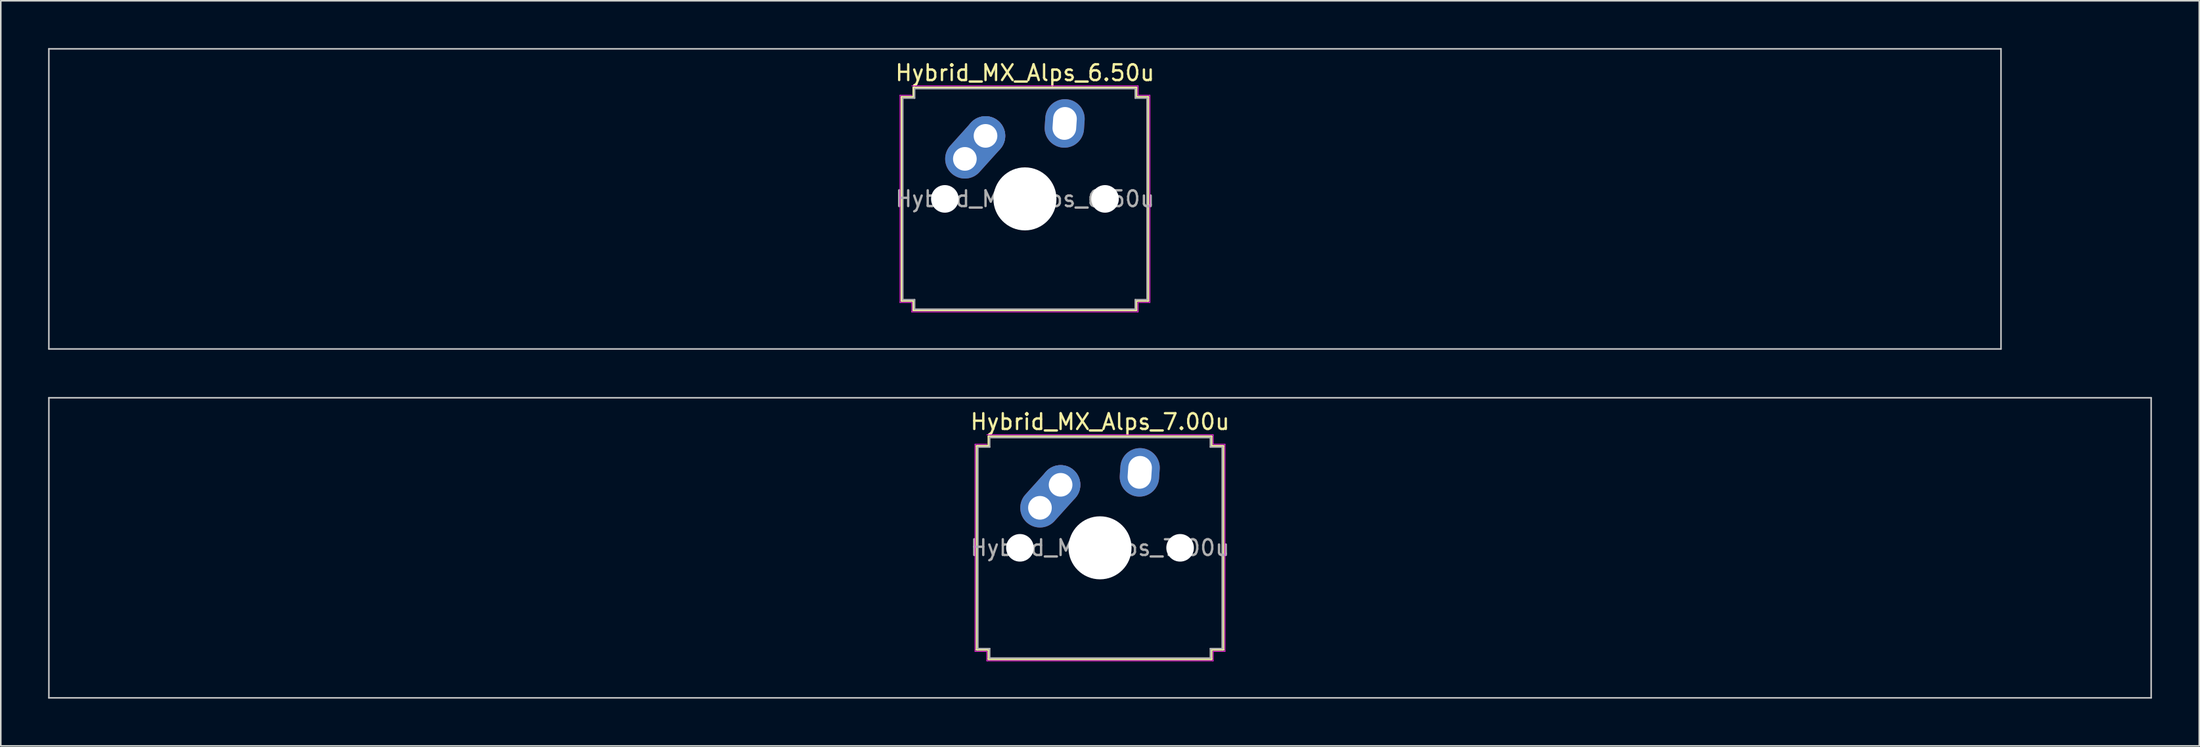
<source format=kicad_pcb>
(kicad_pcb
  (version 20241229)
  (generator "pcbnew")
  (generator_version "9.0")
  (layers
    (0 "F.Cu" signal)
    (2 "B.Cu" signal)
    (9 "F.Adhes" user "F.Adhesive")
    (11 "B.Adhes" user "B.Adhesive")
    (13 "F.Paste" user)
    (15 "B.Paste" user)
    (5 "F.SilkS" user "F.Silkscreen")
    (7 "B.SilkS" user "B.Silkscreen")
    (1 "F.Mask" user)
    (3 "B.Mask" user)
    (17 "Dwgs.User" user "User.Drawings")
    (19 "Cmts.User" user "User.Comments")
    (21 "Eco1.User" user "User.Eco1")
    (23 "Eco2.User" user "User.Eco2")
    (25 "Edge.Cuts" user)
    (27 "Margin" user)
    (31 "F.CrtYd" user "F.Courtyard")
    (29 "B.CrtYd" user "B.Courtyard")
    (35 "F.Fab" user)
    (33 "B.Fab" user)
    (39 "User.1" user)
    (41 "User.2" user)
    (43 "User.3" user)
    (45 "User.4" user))
  (footprint "Hybrid_MX_Alps_7.00u"
    (layer "F.Cu")
    (at 66.725 31.725)
    (property "Reference" "Hybrid_MX_Alps_7.00u" (at 0 -8 0) (layer "F.SilkS") (effects (font (size 1 1) (thickness 0.15))))
    (attr through_hole)
    (fp_line (start -7.821 -6.471) (end -7.071 -6.471) (stroke (width 0.12) (type solid)) (layer "F.SilkS"))
    (fp_line (start -7.821 6.471) (end -7.821 -6.471) (stroke (width 0.12) (type solid)) (layer "F.SilkS"))
    (fp_line (start -7.071 -7.071) (end 7.071 -7.071) (stroke (width 0.12) (type solid)) (layer "F.SilkS"))
    (fp_line (start -7.071 -6.471) (end -7.071 -7.071) (stroke (width 0.12) (type solid)) (layer "F.SilkS"))
    (fp_line (start -7.071 6.471) (end -7.821 6.471) (stroke (width 0.12) (type solid)) (layer "F.SilkS"))
    (fp_line (start -7.071 7.071) (end -7.071 6.471) (stroke (width 0.12) (type solid)) (layer "F.SilkS"))
    (fp_line (start 7.071 -7.071) (end 7.071 -6.471) (stroke (width 0.12) (type solid)) (layer "F.SilkS"))
    (fp_line (start 7.071 -6.471) (end 7.821 -6.471) (stroke (width 0.12) (type solid)) (layer "F.SilkS"))
    (fp_line (start 7.071 6.471) (end 7.071 7.071) (stroke (width 0.12) (type solid)) (layer "F.SilkS"))
    (fp_line (start 7.071 7.071) (end -7.071 7.071) (stroke (width 0.12) (type solid)) (layer "F.SilkS"))
    (fp_line (start 7.821 -6.471) (end 7.821 6.471) (stroke (width 0.12) (type solid)) (layer "F.SilkS"))
    (fp_line (start 7.821 6.471) (end 7.071 6.471) (stroke (width 0.12) (type solid)) (layer "F.SilkS"))
    (fp_line (start -66.675 -9.525) (end -66.675 9.525) (stroke (width 0.1) (type solid)) (layer "Dwgs.User"))
    (fp_line (start -66.675 9.525) (end 66.675 9.525) (stroke (width 0.1) (type solid)) (layer "Dwgs.User"))
    (fp_line (start 66.675 -9.525) (end -66.675 -9.525) (stroke (width 0.1) (type solid)) (layer "Dwgs.User"))
    (fp_line (start 66.675 9.525) (end 66.675 -9.525) (stroke (width 0.1) (type solid)) (layer "Dwgs.User"))
    (fp_line (start -7.927 -6.577) (end -7.177 -6.577) (stroke (width 0.05) (type solid)) (layer "F.CrtYd"))
    (fp_line (start -7.927 6.577) (end -7.927 -6.577) (stroke (width 0.05) (type solid)) (layer "F.CrtYd"))
    (fp_line (start -7.177 -7.177) (end 7.177 -7.177) (stroke (width 0.05) (type solid)) (layer "F.CrtYd"))
    (fp_line (start -7.177 6.577) (end -7.927 6.577) (stroke (width 0.05) (type solid)) (layer "F.CrtYd"))
    (fp_line (start -7.177 7.177) (end -7.177 6.577) (stroke (width 0.05) (type solid)) (layer "F.CrtYd"))
    (fp_line (start 7.177 -7.177) (end 7.177 -6.577) (stroke (width 0.05) (type solid)) (layer "F.CrtYd"))
    (fp_line (start 7.177 -6.577) (end 7.927 -6.577) (stroke (width 0.05) (type solid)) (layer "F.CrtYd"))
    (fp_line (start 7.177 6.577) (end 7.177 7.177) (stroke (width 0.05) (type solid)) (layer "F.CrtYd"))
    (fp_line (start 7.177 7.177) (end -7.177 7.177) (stroke (width 0.05) (type solid)) (layer "F.CrtYd"))
    (fp_line (start 7.927 -6.577) (end 7.927 6.577) (stroke (width 0.05) (type solid)) (layer "F.CrtYd"))
    (fp_line (start 7.927 6.577) (end 7.177 6.577) (stroke (width 0.05) (type solid)) (layer "F.CrtYd"))
    (fp_line (start -7.75 -6.4) (end -7 -6.4) (stroke (width 0.1) (type solid)) (layer "F.Fab"))
    (fp_line (start -7.75 6.4) (end -7.75 -6.4) (stroke (width 0.1) (type solid)) (layer "F.Fab"))
    (fp_line (start -7 -7) (end 7 -7) (stroke (width 0.1) (type solid)) (layer "F.Fab"))
    (fp_line (start -7 -6.4) (end -7 -7) (stroke (width 0.1) (type solid)) (layer "F.Fab"))
    (fp_line (start -7 6.4) (end -7.75 6.4) (stroke (width 0.1) (type solid)) (layer "F.Fab"))
    (fp_line (start -7 7) (end -7 6.4) (stroke (width 0.1) (type solid)) (layer "F.Fab"))
    (fp_line (start 7 -7) (end 7 -6.4) (stroke (width 0.1) (type solid)) (layer "F.Fab"))
    (fp_line (start 7 -6.4) (end 7.75 -6.4) (stroke (width 0.1) (type solid)) (layer "F.Fab"))
    (fp_line (start 7 6.4) (end 7 7) (stroke (width 0.1) (type solid)) (layer "F.Fab"))
    (fp_line (start 7 7) (end -7 7) (stroke (width 0.1) (type solid)) (layer "F.Fab"))
    (fp_line (start 7.75 -6.4) (end 7.75 6.4) (stroke (width 0.1) (type solid)) (layer "F.Fab"))
    (fp_line (start 7.75 6.4) (end 7 6.4) (stroke (width 0.1) (type solid)) (layer "F.Fab"))
    (fp_text user "${REFERENCE}" (at 0 0 0) (layer "F.Fab") (effects (font (size 1 1) (thickness 0.15))))
    (pad "" np_thru_hole circle (at -5.08 0) (size 1.75 1.75) (drill 1.75) (layers "*.Cu" "*.Mask"))
    (pad "" np_thru_hole circle (at 0 0) (size 4 4) (drill 4) (layers "*.Cu" "*.Mask"))
    (pad "" np_thru_hole circle (at 5.08 0) (size 1.75 1.75) (drill 1.75) (layers "*.Cu" "*.Mask"))
    (pad "1" thru_hole oval (at -3.81 -2.54 48) (size 4.462 2.5) (drill 1.5 (offset 0.981 0)) (layers "*.Cu" "*.Mask"))
    (pad "1" thru_hole circle (at -2.5 -4) (size 2.5 2.5) (drill 1.5) (layers "*.Cu" "*.Mask"))
    (pad "2" thru_hole oval (at 2.52 -4.79 86) (size 3.081 2.5) (drill oval 2.081 1.5) (layers "*.Cu" "*.Mask")))
  (footprint "Hybrid_MX_Alps_6.50u"
    (layer "F.Cu")
    (at 61.962 9.575)
    (property "Reference" "Hybrid_MX_Alps_6.50u" (at 0 -8 0) (layer "F.SilkS") (effects (font (size 1 1) (thickness 0.15))))
    (attr through_hole)
    (fp_line (start -7.821 -6.471) (end -7.071 -6.471) (stroke (width 0.12) (type solid)) (layer "F.SilkS"))
    (fp_line (start -7.821 6.471) (end -7.821 -6.471) (stroke (width 0.12) (type solid)) (layer "F.SilkS"))
    (fp_line (start -7.071 -7.071) (end 7.071 -7.071) (stroke (width 0.12) (type solid)) (layer "F.SilkS"))
    (fp_line (start -7.071 -6.471) (end -7.071 -7.071) (stroke (width 0.12) (type solid)) (layer "F.SilkS"))
    (fp_line (start -7.071 6.471) (end -7.821 6.471) (stroke (width 0.12) (type solid)) (layer "F.SilkS"))
    (fp_line (start -7.071 7.071) (end -7.071 6.471) (stroke (width 0.12) (type solid)) (layer "F.SilkS"))
    (fp_line (start 7.071 -7.071) (end 7.071 -6.471) (stroke (width 0.12) (type solid)) (layer "F.SilkS"))
    (fp_line (start 7.071 -6.471) (end 7.821 -6.471) (stroke (width 0.12) (type solid)) (layer "F.SilkS"))
    (fp_line (start 7.071 6.471) (end 7.071 7.071) (stroke (width 0.12) (type solid)) (layer "F.SilkS"))
    (fp_line (start 7.071 7.071) (end -7.071 7.071) (stroke (width 0.12) (type solid)) (layer "F.SilkS"))
    (fp_line (start 7.821 -6.471) (end 7.821 6.471) (stroke (width 0.12) (type solid)) (layer "F.SilkS"))
    (fp_line (start 7.821 6.471) (end 7.071 6.471) (stroke (width 0.12) (type solid)) (layer "F.SilkS"))
    (fp_line (start -61.913 -9.525) (end -61.913 9.525) (stroke (width 0.1) (type solid)) (layer "Dwgs.User"))
    (fp_line (start -61.913 9.525) (end 61.913 9.525) (stroke (width 0.1) (type solid)) (layer "Dwgs.User"))
    (fp_line (start 61.913 -9.525) (end -61.913 -9.525) (stroke (width 0.1) (type solid)) (layer "Dwgs.User"))
    (fp_line (start 61.913 9.525) (end 61.913 -9.525) (stroke (width 0.1) (type solid)) (layer "Dwgs.User"))
    (fp_line (start -7.927 -6.577) (end -7.177 -6.577) (stroke (width 0.05) (type solid)) (layer "F.CrtYd"))
    (fp_line (start -7.927 6.577) (end -7.927 -6.577) (stroke (width 0.05) (type solid)) (layer "F.CrtYd"))
    (fp_line (start -7.177 -7.177) (end 7.177 -7.177) (stroke (width 0.05) (type solid)) (layer "F.CrtYd"))
    (fp_line (start -7.177 6.577) (end -7.927 6.577) (stroke (width 0.05) (type solid)) (layer "F.CrtYd"))
    (fp_line (start -7.177 7.177) (end -7.177 6.577) (stroke (width 0.05) (type solid)) (layer "F.CrtYd"))
    (fp_line (start 7.177 -7.177) (end 7.177 -6.577) (stroke (width 0.05) (type solid)) (layer "F.CrtYd"))
    (fp_line (start 7.177 -6.577) (end 7.927 -6.577) (stroke (width 0.05) (type solid)) (layer "F.CrtYd"))
    (fp_line (start 7.177 6.577) (end 7.177 7.177) (stroke (width 0.05) (type solid)) (layer "F.CrtYd"))
    (fp_line (start 7.177 7.177) (end -7.177 7.177) (stroke (width 0.05) (type solid)) (layer "F.CrtYd"))
    (fp_line (start 7.927 -6.577) (end 7.927 6.577) (stroke (width 0.05) (type solid)) (layer "F.CrtYd"))
    (fp_line (start 7.927 6.577) (end 7.177 6.577) (stroke (width 0.05) (type solid)) (layer "F.CrtYd"))
    (fp_line (start -7.75 -6.4) (end -7 -6.4) (stroke (width 0.1) (type solid)) (layer "F.Fab"))
    (fp_line (start -7.75 6.4) (end -7.75 -6.4) (stroke (width 0.1) (type solid)) (layer "F.Fab"))
    (fp_line (start -7 -7) (end 7 -7) (stroke (width 0.1) (type solid)) (layer "F.Fab"))
    (fp_line (start -7 -6.4) (end -7 -7) (stroke (width 0.1) (type solid)) (layer "F.Fab"))
    (fp_line (start -7 6.4) (end -7.75 6.4) (stroke (width 0.1) (type solid)) (layer "F.Fab"))
    (fp_line (start -7 7) (end -7 6.4) (stroke (width 0.1) (type solid)) (layer "F.Fab"))
    (fp_line (start 7 -7) (end 7 -6.4) (stroke (width 0.1) (type solid)) (layer "F.Fab"))
    (fp_line (start 7 -6.4) (end 7.75 -6.4) (stroke (width 0.1) (type solid)) (layer "F.Fab"))
    (fp_line (start 7 6.4) (end 7 7) (stroke (width 0.1) (type solid)) (layer "F.Fab"))
    (fp_line (start 7 7) (end -7 7) (stroke (width 0.1) (type solid)) (layer "F.Fab"))
    (fp_line (start 7.75 -6.4) (end 7.75 6.4) (stroke (width 0.1) (type solid)) (layer "F.Fab"))
    (fp_line (start 7.75 6.4) (end 7 6.4) (stroke (width 0.1) (type solid)) (layer "F.Fab"))
    (fp_text user "${REFERENCE}" (at 0 0 0) (layer "F.Fab") (effects (font (size 1 1) (thickness 0.15))))
    (pad "" np_thru_hole circle (at -5.08 0) (size 1.75 1.75) (drill 1.75) (layers "*.Cu" "*.Mask"))
    (pad "" np_thru_hole circle (at 0 0) (size 4 4) (drill 4) (layers "*.Cu" "*.Mask"))
    (pad "" np_thru_hole circle (at 5.08 0) (size 1.75 1.75) (drill 1.75) (layers "*.Cu" "*.Mask"))
    (pad "1" thru_hole oval (at -3.81 -2.54 48) (size 4.462 2.5) (drill 1.5 (offset 0.981 0)) (layers "*.Cu" "*.Mask"))
    (pad "1" thru_hole circle (at -2.5 -4) (size 2.5 2.5) (drill 1.5) (layers "*.Cu" "*.Mask"))
    (pad "2" thru_hole oval (at 2.52 -4.79 86) (size 3.081 2.5) (drill oval 2.081 1.5) (layers "*.Cu" "*.Mask")))
  (gr_rect
    (start -3 -3)
    (end 136.45 44.3)
    (stroke (width 0.1) (type default))
    (fill no)
    (layer "Edge.Cuts")))
</source>
